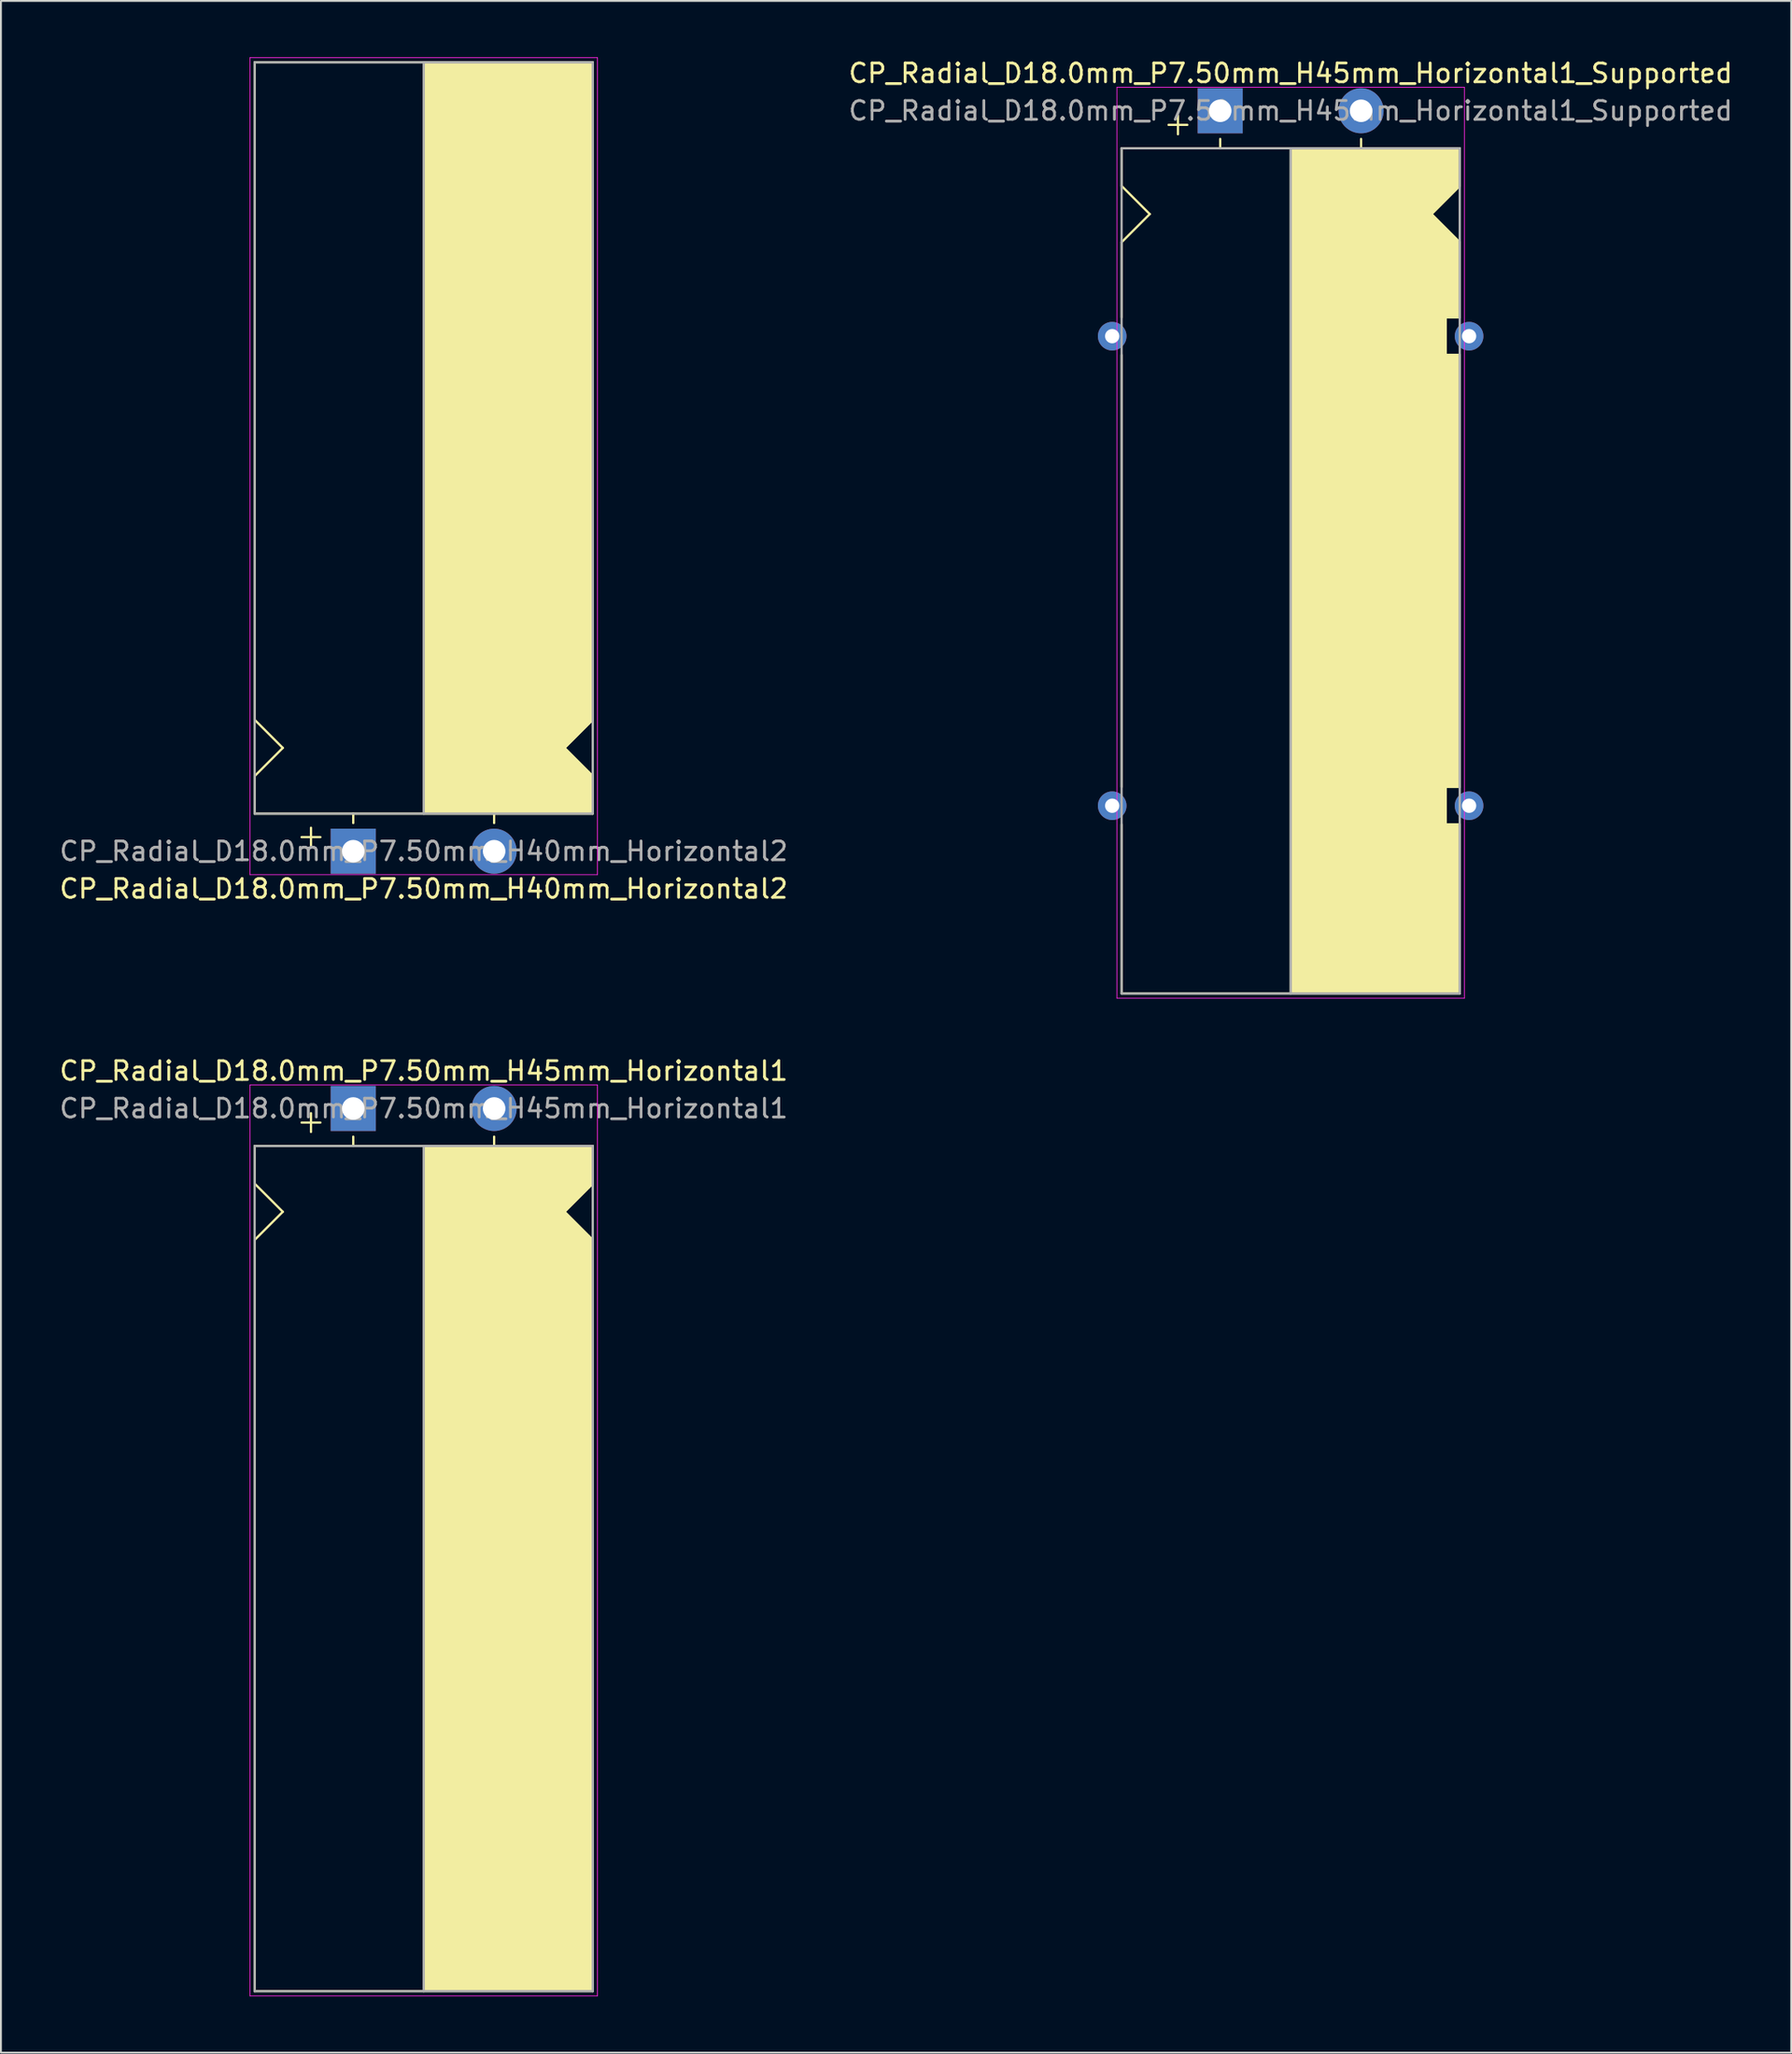
<source format=kicad_pcb>
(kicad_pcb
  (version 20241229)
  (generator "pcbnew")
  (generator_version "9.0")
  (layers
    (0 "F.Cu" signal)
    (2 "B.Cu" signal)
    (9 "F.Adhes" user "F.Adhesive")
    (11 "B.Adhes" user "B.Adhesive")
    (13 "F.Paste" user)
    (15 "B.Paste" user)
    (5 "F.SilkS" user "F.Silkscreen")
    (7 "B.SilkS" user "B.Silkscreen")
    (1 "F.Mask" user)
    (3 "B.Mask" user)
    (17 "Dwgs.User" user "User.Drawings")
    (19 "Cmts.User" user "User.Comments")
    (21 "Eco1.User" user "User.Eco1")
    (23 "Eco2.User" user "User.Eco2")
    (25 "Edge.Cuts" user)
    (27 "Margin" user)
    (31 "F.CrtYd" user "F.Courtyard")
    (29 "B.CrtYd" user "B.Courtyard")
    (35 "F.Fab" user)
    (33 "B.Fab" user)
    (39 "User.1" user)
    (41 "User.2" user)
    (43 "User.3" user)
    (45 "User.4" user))
  (footprint "CP_Radial_D18.0mm_P7.50mm_H45mm_Horizontal1_Supported"
    (layer "F.Cu")
    (at 61.911 2.848)
    (property "Reference" "CP_Radial_D18.0mm_P7.50mm_H45mm_Horizontal1_Supported" (at 3.75 -2 0) (layer "F.SilkS") (effects (font (size 1 1) (thickness 0.15))))
    (attr through_hole)
    (fp_line (start -5.25 2) (end -5.25 4) (stroke (width 0.12) (type solid)) (layer "F.SilkS"))
    (fp_line (start -5.25 2) (end 12.75 2) (stroke (width 0.12) (type solid)) (layer "F.SilkS"))
    (fp_line (start -5.25 4) (end -3.75 5.5) (stroke (width 0.12) (type solid)) (layer "F.SilkS"))
    (fp_line (start -5.25 7) (end -3.75 5.5) (stroke (width 0.12) (type solid)) (layer "F.SilkS"))
    (fp_line (start -5.25 11) (end -5.25 7) (stroke (width 0.12) (type solid)) (layer "F.SilkS"))
    (fp_line (start -5.25 13) (end -5.25 36) (stroke (width 0.12) (type solid)) (layer "F.SilkS"))
    (fp_line (start -5.25 38) (end -5.25 47) (stroke (width 0.12) (type solid)) (layer "F.SilkS"))
    (fp_line (start -5.25 47) (end 12.75 47) (stroke (width 0.12) (type solid)) (layer "F.SilkS"))
    (fp_line (start -2.25 0.25) (end -2.25 1.25) (stroke (width 0.12) (type solid)) (layer "F.SilkS"))
    (fp_line (start -1.75 0.75) (end -2.75 0.75) (stroke (width 0.12) (type solid)) (layer "F.SilkS"))
    (fp_line (start 0 1.5) (end 0 2) (stroke (width 0.12) (type solid)) (layer "F.SilkS"))
    (fp_line (start 3.75 2) (end 3.75 47) (stroke (width 0.12) (type solid)) (layer "F.SilkS"))
    (fp_line (start 7.5 1.5) (end 7.5 2) (stroke (width 0.12) (type solid)) (layer "F.SilkS"))
    (fp_line (start 12 11) (end 12 13) (stroke (width 0.12) (type solid)) (layer "F.SilkS"))
    (fp_line (start 12 13) (end 12.75 13) (stroke (width 0.12) (type solid)) (layer "F.SilkS"))
    (fp_line (start 12 36) (end 12 38) (stroke (width 0.12) (type solid)) (layer "F.SilkS"))
    (fp_line (start 12 38) (end 12.75 38) (stroke (width 0.12) (type solid)) (layer "F.SilkS"))
    (fp_line (start 12.25 11) (end 12 11) (stroke (width 0.12) (type solid)) (layer "F.SilkS"))
    (fp_line (start 12.75 2) (end 12.75 4) (stroke (width 0.12) (type solid)) (layer "F.SilkS"))
    (fp_line (start 12.75 4) (end 11.25 5.5) (stroke (width 0.12) (type solid)) (layer "F.SilkS"))
    (fp_line (start 12.75 7) (end 11.25 5.5) (stroke (width 0.12) (type solid)) (layer "F.SilkS"))
    (fp_line (start 12.75 11) (end 12.25 11) (stroke (width 0.12) (type solid)) (layer "F.SilkS"))
    (fp_line (start 12.75 11) (end 12.75 7) (stroke (width 0.12) (type solid)) (layer "F.SilkS"))
    (fp_line (start 12.75 13) (end 12.75 36) (stroke (width 0.12) (type solid)) (layer "F.SilkS"))
    (fp_line (start 12.75 36) (end 12 36) (stroke (width 0.12) (type solid)) (layer "F.SilkS"))
    (fp_line (start 12.75 38) (end 12.75 47) (stroke (width 0.12) (type solid)) (layer "F.SilkS"))
    (fp_poly (pts (xy 12.75 4) (xy 11.25 5.5) (xy 12.75 7) (xy 12.75 11) (xy 12 11) (xy 12 13) (xy 12.75 13) (xy 12.75 36) (xy 12 36) (xy 12 38) (xy 12.75 38) (xy 12.75 47) (xy 3.75 47) (xy 3.75 2) (xy 12.75 2)) (stroke (width 0.1) (type solid)) (fill yes) (layer "F.SilkS"))
    (fp_line (start -5.5 -1.25) (end -5.5 47.25) (stroke (width 0.04) (type solid)) (layer "F.CrtYd"))
    (fp_line (start -5.5 47.25) (end 13 47.25) (stroke (width 0.04) (type solid)) (layer "F.CrtYd"))
    (fp_line (start 13 -1.25) (end -5.5 -1.25) (stroke (width 0.04) (type solid)) (layer "F.CrtYd"))
    (fp_line (start 13 47.25) (end 13 -1.25) (stroke (width 0.04) (type solid)) (layer "F.CrtYd"))
    (fp_line (start -5.25 2) (end -5.25 47) (stroke (width 0.12) (type solid)) (layer "F.Fab"))
    (fp_line (start -5.25 47) (end 12.75 47) (stroke (width 0.12) (type solid)) (layer "F.Fab"))
    (fp_line (start 3.75 2) (end 3.75 47) (stroke (width 0.12) (type solid)) (layer "F.Fab"))
    (fp_line (start 12.75 2) (end -5.25 2) (stroke (width 0.12) (type solid)) (layer "F.Fab"))
    (fp_line (start 12.75 47) (end 12.75 2) (stroke (width 0.12) (type solid)) (layer "F.Fab"))
    (fp_poly (pts (xy 12.75 47) (xy 3.75 47) (xy 3.75 2) (xy 12.75 2)) (stroke (width 0.1) (type solid)) (fill no) (layer "F.Fab"))
    (fp_text user "${REFERENCE}" (at 3.75 0 0) (layer "F.Fab") (effects (font (size 1 1) (thickness 0.15))))
    (pad "" thru_hole circle (at -5.75 12) (size 1.524 1.524) (drill 0.762) (layers "*.Cu" "*.Mask"))
    (pad "" thru_hole circle (at -5.75 37) (size 1.524 1.524) (drill 0.762) (layers "*.Cu" "*.Mask"))
    (pad "" thru_hole circle (at 13.25 12) (size 1.524 1.524) (drill 0.762) (layers "*.Cu" "*.Mask"))
    (pad "" thru_hole circle (at 13.25 37) (size 1.524 1.524) (drill 0.762) (layers "*.Cu" "*.Mask"))
    (pad "1" thru_hole rect (at 0 0) (size 2.4 2.4) (drill 1.2) (layers "*.Cu" "*.Mask"))
    (pad "2" thru_hole circle (at 7.5 0) (size 2.4 2.4) (drill 1.2) (layers "*.Cu" "*.Mask")))
  (footprint "CP_Radial_D18.0mm_P7.50mm_H40mm_Horizontal2"
    (layer "F.Cu")
    (at 15.756 42.27)
    (property "Reference" "CP_Radial_D18.0mm_P7.50mm_H40mm_Horizontal2" (at 3.75 2 0) (layer "F.SilkS") (effects (font (size 1 1) (thickness 0.15))))
    (attr through_hole)
    (fp_line (start -5.25 -42) (end 12.75 -42) (stroke (width 0.12) (type solid)) (layer "F.SilkS"))
    (fp_line (start -5.25 -7) (end -5.25 -42) (stroke (width 0.12) (type solid)) (layer "F.SilkS"))
    (fp_line (start -5.25 -7) (end -3.75 -5.5) (stroke (width 0.12) (type solid)) (layer "F.SilkS"))
    (fp_line (start -5.25 -4) (end -3.75 -5.5) (stroke (width 0.12) (type solid)) (layer "F.SilkS"))
    (fp_line (start -5.25 -2) (end -5.25 -4) (stroke (width 0.12) (type solid)) (layer "F.SilkS"))
    (fp_line (start -5.25 -2) (end 12.75 -2) (stroke (width 0.12) (type solid)) (layer "F.SilkS"))
    (fp_line (start -2.25 -1.25) (end -2.25 -0.25) (stroke (width 0.12) (type solid)) (layer "F.SilkS"))
    (fp_line (start -1.75 -0.75) (end -2.75 -0.75) (stroke (width 0.12) (type solid)) (layer "F.SilkS"))
    (fp_line (start 0 -1.5) (end 0 -2) (stroke (width 0.12) (type solid)) (layer "F.SilkS"))
    (fp_line (start 3.75 -2) (end 3.75 -42) (stroke (width 0.12) (type solid)) (layer "F.SilkS"))
    (fp_line (start 7.5 -1.5) (end 7.5 -2) (stroke (width 0.12) (type solid)) (layer "F.SilkS"))
    (fp_line (start 12.75 -42) (end 12.75 -7) (stroke (width 0.12) (type solid)) (layer "F.SilkS"))
    (fp_line (start 12.75 -7) (end 11.25 -5.5) (stroke (width 0.12) (type solid)) (layer "F.SilkS"))
    (fp_line (start 12.75 -4) (end 11.25 -5.5) (stroke (width 0.12) (type solid)) (layer "F.SilkS"))
    (fp_line (start 12.75 -2) (end 12.75 -4) (stroke (width 0.12) (type solid)) (layer "F.SilkS"))
    (fp_poly (pts (xy 12.75 -4) (xy 11.25 -5.5) (xy 12.75 -7) (xy 12.75 -42) (xy 3.75 -42) (xy 3.75 -2) (xy 12.75 -2)) (stroke (width 0.1) (type solid)) (fill yes) (layer "F.SilkS"))
    (fp_line (start -5.5 -42.25) (end 13 -42.25) (stroke (width 0.04) (type solid)) (layer "F.CrtYd"))
    (fp_line (start -5.5 1.25) (end -5.5 -42.25) (stroke (width 0.04) (type solid)) (layer "F.CrtYd"))
    (fp_line (start 13 -42.25) (end 13 1.25) (stroke (width 0.04) (type solid)) (layer "F.CrtYd"))
    (fp_line (start 13 1.25) (end -5.5 1.25) (stroke (width 0.04) (type solid)) (layer "F.CrtYd"))
    (fp_line (start -5.25 -42) (end 12.75 -42) (stroke (width 0.12) (type solid)) (layer "F.Fab"))
    (fp_line (start -5.25 -2) (end -5.25 -42) (stroke (width 0.12) (type solid)) (layer "F.Fab"))
    (fp_line (start 3.75 -2) (end 3.75 -42) (stroke (width 0.12) (type solid)) (layer "F.Fab"))
    (fp_line (start 12.75 -42) (end 12.75 -2) (stroke (width 0.12) (type solid)) (layer "F.Fab"))
    (fp_line (start 12.75 -2) (end -5.25 -2) (stroke (width 0.12) (type solid)) (layer "F.Fab"))
    (fp_poly (pts (xy 12.75 -42) (xy 3.75 -42) (xy 3.75 -2) (xy 12.75 -2)) (stroke (width 0.1) (type solid)) (fill no) (layer "F.Fab"))
    (fp_text user "${REFERENCE}" (at 3.75 0 0) (layer "F.Fab") (effects (font (size 1 1) (thickness 0.15))))
    (pad "1" thru_hole rect (at 0 0) (size 2.4 2.4) (drill 1.2) (layers "*.Cu" "*.Mask"))
    (pad "2" thru_hole circle (at 7.5 0) (size 2.4 2.4) (drill 1.2) (layers "*.Cu" "*.Mask")))
  (footprint "CP_Radial_D18.0mm_P7.50mm_H45mm_Horizontal1"
    (layer "F.Cu")
    (at 15.756 55.967)
    (property "Reference" "CP_Radial_D18.0mm_P7.50mm_H45mm_Horizontal1" (at 3.75 -2 0) (layer "F.SilkS") (effects (font (size 1 1) (thickness 0.15))))
    (attr through_hole)
    (fp_line (start -5.25 2) (end -5.25 4) (stroke (width 0.12) (type solid)) (layer "F.SilkS"))
    (fp_line (start -5.25 2) (end 12.75 2) (stroke (width 0.12) (type solid)) (layer "F.SilkS"))
    (fp_line (start -5.25 4) (end -3.75 5.5) (stroke (width 0.12) (type solid)) (layer "F.SilkS"))
    (fp_line (start -5.25 7) (end -5.25 47) (stroke (width 0.12) (type solid)) (layer "F.SilkS"))
    (fp_line (start -5.25 7) (end -3.75 5.5) (stroke (width 0.12) (type solid)) (layer "F.SilkS"))
    (fp_line (start -5.25 47) (end 12.75 47) (stroke (width 0.12) (type solid)) (layer "F.SilkS"))
    (fp_line (start -2.25 0.25) (end -2.25 1.25) (stroke (width 0.12) (type solid)) (layer "F.SilkS"))
    (fp_line (start -1.75 0.75) (end -2.75 0.75) (stroke (width 0.12) (type solid)) (layer "F.SilkS"))
    (fp_line (start 0 1.5) (end 0 2) (stroke (width 0.12) (type solid)) (layer "F.SilkS"))
    (fp_line (start 3.75 2) (end 3.75 47) (stroke (width 0.12) (type solid)) (layer "F.SilkS"))
    (fp_line (start 7.5 1.5) (end 7.5 2) (stroke (width 0.12) (type solid)) (layer "F.SilkS"))
    (fp_line (start 12.75 2) (end 12.75 4) (stroke (width 0.12) (type solid)) (layer "F.SilkS"))
    (fp_line (start 12.75 4) (end 11.25 5.5) (stroke (width 0.12) (type solid)) (layer "F.SilkS"))
    (fp_line (start 12.75 7) (end 11.25 5.5) (stroke (width 0.12) (type solid)) (layer "F.SilkS"))
    (fp_line (start 12.75 47) (end 12.75 7) (stroke (width 0.12) (type solid)) (layer "F.SilkS"))
    (fp_poly (pts (xy 12.75 4) (xy 11.25 5.5) (xy 12.75 7) (xy 12.75 47) (xy 3.75 47) (xy 3.75 2) (xy 12.75 2)) (stroke (width 0.1) (type solid)) (fill yes) (layer "F.SilkS"))
    (fp_line (start -5.5 -1.25) (end -5.5 47.25) (stroke (width 0.04) (type solid)) (layer "F.CrtYd"))
    (fp_line (start -5.5 47.25) (end 13 47.25) (stroke (width 0.04) (type solid)) (layer "F.CrtYd"))
    (fp_line (start 13 -1.25) (end -5.5 -1.25) (stroke (width 0.04) (type solid)) (layer "F.CrtYd"))
    (fp_line (start 13 47.25) (end 13 -1.25) (stroke (width 0.04) (type solid)) (layer "F.CrtYd"))
    (fp_line (start -5.25 2) (end -5.25 47) (stroke (width 0.12) (type solid)) (layer "F.Fab"))
    (fp_line (start -5.25 47) (end 12.75 47) (stroke (width 0.12) (type solid)) (layer "F.Fab"))
    (fp_line (start 3.75 2) (end 3.75 47) (stroke (width 0.12) (type solid)) (layer "F.Fab"))
    (fp_line (start 12.75 2) (end -5.25 2) (stroke (width 0.12) (type solid)) (layer "F.Fab"))
    (fp_line (start 12.75 47) (end 12.75 2) (stroke (width 0.12) (type solid)) (layer "F.Fab"))
    (fp_poly (pts (xy 12.75 47) (xy 3.75 47) (xy 3.75 2) (xy 12.75 2)) (stroke (width 0.1) (type solid)) (fill no) (layer "F.Fab"))
    (fp_text user "${REFERENCE}" (at 3.75 0 0) (layer "F.Fab") (effects (font (size 1 1) (thickness 0.15))))
    (pad "1" thru_hole rect (at 0 0) (size 2.4 2.4) (drill 1.2) (layers "*.Cu" "*.Mask"))
    (pad "2" thru_hole circle (at 7.5 0) (size 2.4 2.4) (drill 1.2) (layers "*.Cu" "*.Mask")))
  (gr_rect
    (start -3 -3)
    (end 92.31 106.237)
    (stroke (width 0.1) (type default))
    (fill no)
    (layer "Edge.Cuts")))
</source>
